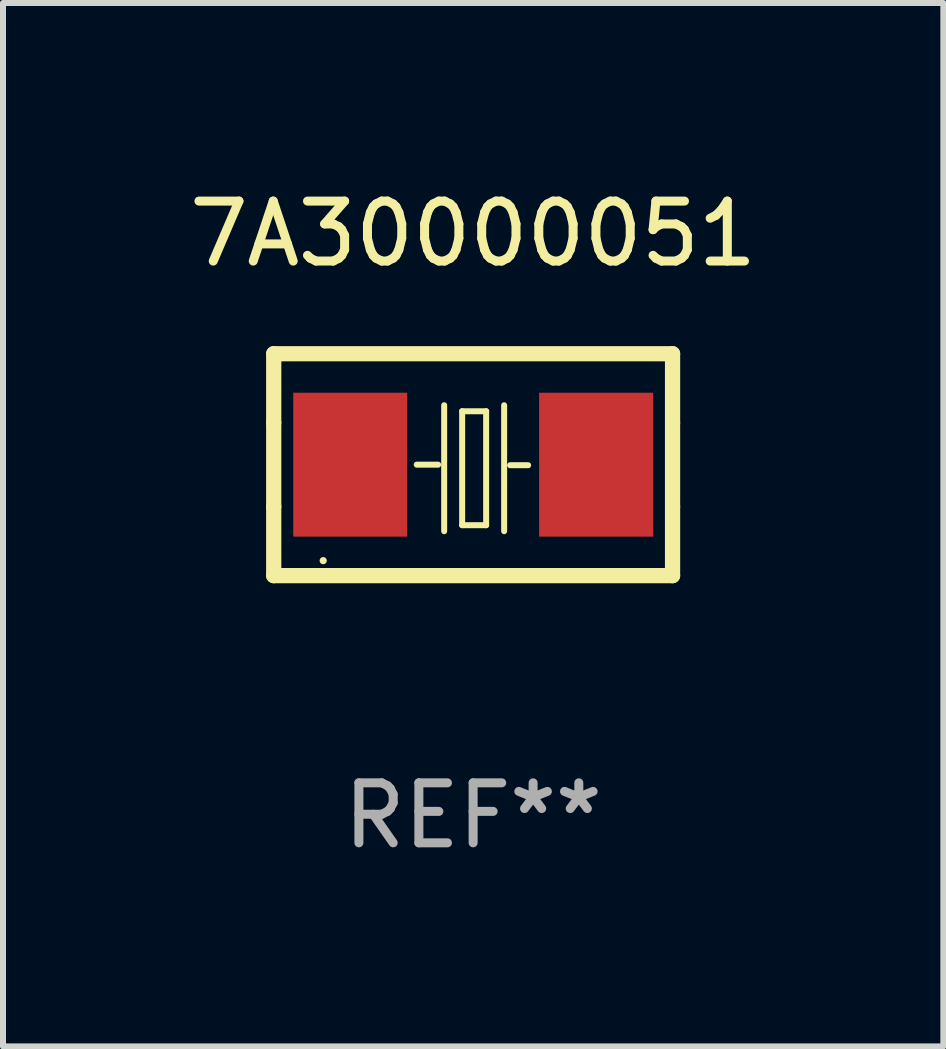
<source format=kicad_pcb>
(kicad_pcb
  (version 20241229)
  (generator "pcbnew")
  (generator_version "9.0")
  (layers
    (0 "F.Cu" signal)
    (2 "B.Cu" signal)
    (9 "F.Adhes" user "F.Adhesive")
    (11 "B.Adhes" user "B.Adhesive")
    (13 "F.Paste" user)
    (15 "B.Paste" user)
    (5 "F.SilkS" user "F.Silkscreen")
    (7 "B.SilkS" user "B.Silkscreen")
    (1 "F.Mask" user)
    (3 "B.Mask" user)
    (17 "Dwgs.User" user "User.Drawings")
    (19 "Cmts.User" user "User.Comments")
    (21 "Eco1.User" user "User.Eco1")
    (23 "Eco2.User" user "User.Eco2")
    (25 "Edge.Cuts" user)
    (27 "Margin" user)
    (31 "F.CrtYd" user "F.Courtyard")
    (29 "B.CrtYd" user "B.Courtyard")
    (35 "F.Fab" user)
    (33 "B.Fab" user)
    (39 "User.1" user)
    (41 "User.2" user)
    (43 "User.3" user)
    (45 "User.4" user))
  (footprint "7A30000051"
    (layer "F.Cu")
    (at 4.839 4.698)
    (property "Reference" "7A30000051" (at 0 -3.85 0) (layer "F.SilkS") (effects (font (size 1 1) (thickness 0.15))))
    (attr through_hole)
    (fp_line (start -3.325 0.7) (end -3.325 -0.7) (stroke (width 0.254) (type solid)) (layer "F.SilkS"))
    (fp_line (start -3.325 -1.85) (end 3.325 -1.85) (stroke (width 0.254) (type solid)) (layer "F.SilkS"))
    (fp_line (start -3.325 -0.7) (end -3.325 -1.85) (stroke (width 0.254) (type solid)) (layer "F.SilkS"))
    (fp_line (start -3.325 1.85) (end -3.325 0.7) (stroke (width 0.254) (type solid)) (layer "F.SilkS"))
    (fp_line (start -0.94 -0.000127) (end -0.584 -0.000127) (stroke (width 0.1) (type solid)) (layer "F.SilkS"))
    (fp_line (start -0.483 -0.991) (end -0.483 1.109) (stroke (width 0.1) (type solid)) (layer "F.SilkS"))
    (fp_line (start -0.183 -0.891) (end -0.183 1.009) (stroke (width 0.1) (type solid)) (layer "F.SilkS"))
    (fp_line (start -0.183 1.009) (end 0.217 1.009) (stroke (width 0.1) (type solid)) (layer "F.SilkS"))
    (fp_line (start 0.217 -0.891) (end -0.183 -0.891) (stroke (width 0.1) (type solid)) (layer "F.SilkS"))
    (fp_line (start 0.217 1.009) (end 0.217 -0.891) (stroke (width 0.1) (type solid)) (layer "F.SilkS"))
    (fp_line (start 0.517 -0.991) (end 0.517 1.109) (stroke (width 0.1) (type solid)) (layer "F.SilkS"))
    (fp_line (start 0.617 0.009) (end 0.917 0.009) (stroke (width 0.1) (type solid)) (layer "F.SilkS"))
    (fp_line (start 3.325 -1.85) (end 3.325 -0.7) (stroke (width 0.254) (type solid)) (layer "F.SilkS"))
    (fp_line (start 3.325 0.7) (end 3.325 1.85) (stroke (width 0.254) (type solid)) (layer "F.SilkS"))
    (fp_line (start 3.325 1.85) (end -3.325 1.85) (stroke (width 0.254) (type solid)) (layer "F.SilkS"))
    (fp_line (start 3.325 -0.7) (end 3.325 0.7) (stroke (width 0.254) (type solid)) (layer "F.SilkS"))
    (fp_circle (center -2.5 1.6) (end -2.47 1.6) (stroke (width 0.06) (type solid)) (fill no) (layer "F.SilkS"))
    (fp_text user "REF**" (at 0 5.85 0) (layer "F.Fab") (effects (font (size 1 1) (thickness 0.15))))
    (pad "1" smd rect (at -2.05 -0.000127) (size 1.9 2.4) (layers "F.Cu" "F.Mask" "F.Paste"))
    (pad "2" smd rect (at 2.05 -0.000127) (size 1.9 2.4) (layers "F.Cu" "F.Mask" "F.Paste")))
  (gr_rect
    (start -3 -3)
    (end 12.679 14.397)
    (stroke (width 0.1) (type default))
    (fill no)
    (layer "Edge.Cuts")))
</source>
